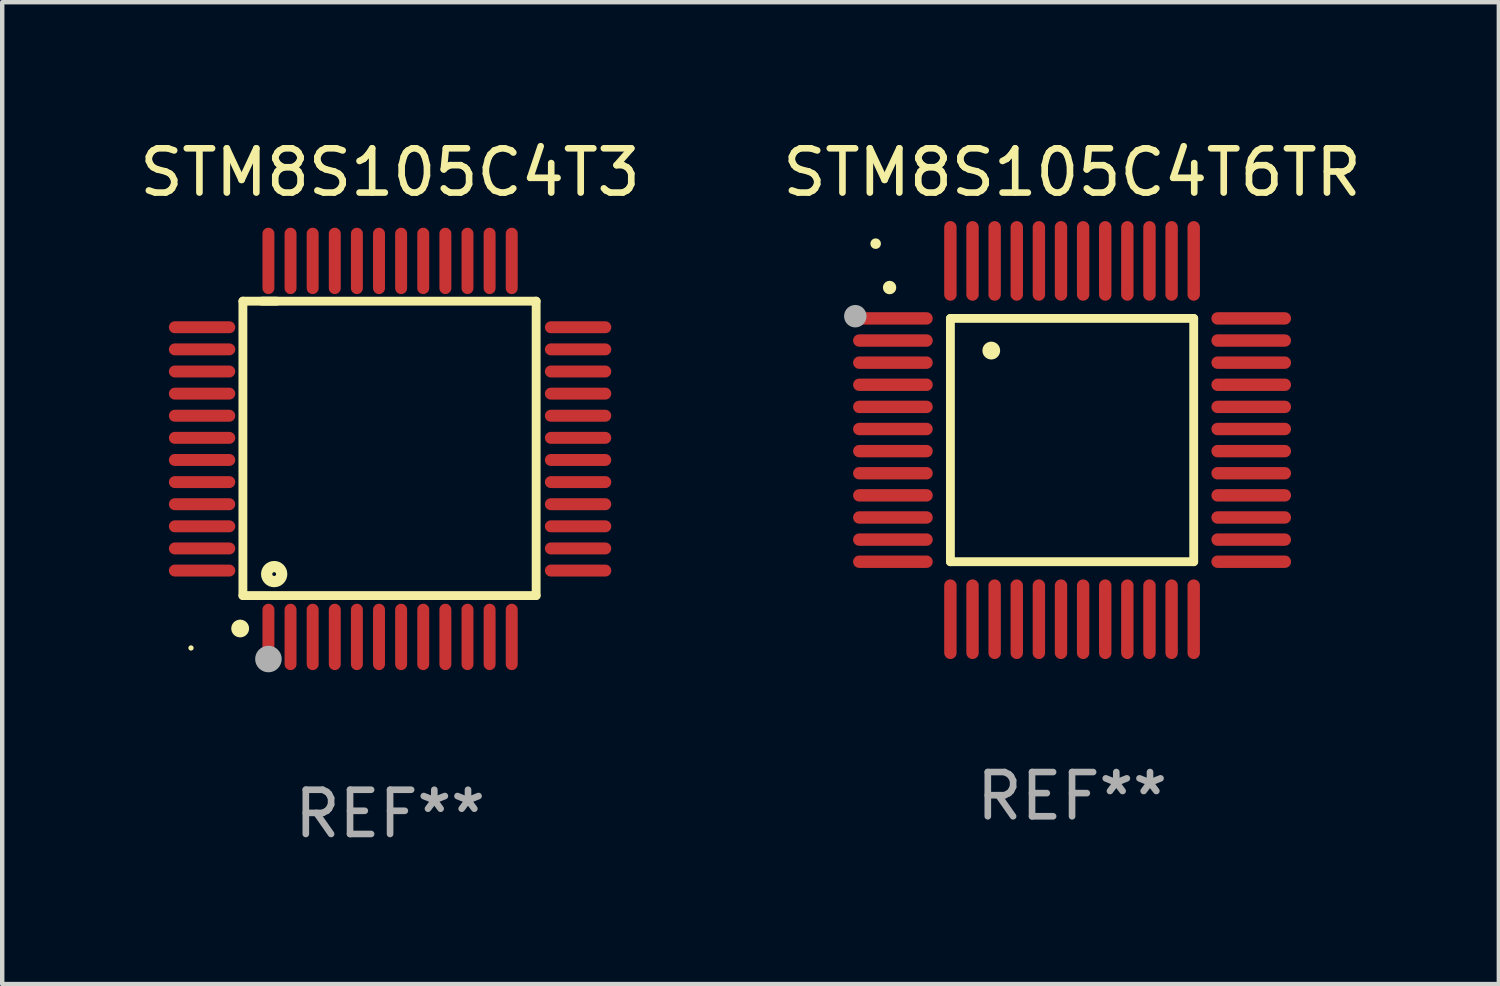
<source format=kicad_pcb>
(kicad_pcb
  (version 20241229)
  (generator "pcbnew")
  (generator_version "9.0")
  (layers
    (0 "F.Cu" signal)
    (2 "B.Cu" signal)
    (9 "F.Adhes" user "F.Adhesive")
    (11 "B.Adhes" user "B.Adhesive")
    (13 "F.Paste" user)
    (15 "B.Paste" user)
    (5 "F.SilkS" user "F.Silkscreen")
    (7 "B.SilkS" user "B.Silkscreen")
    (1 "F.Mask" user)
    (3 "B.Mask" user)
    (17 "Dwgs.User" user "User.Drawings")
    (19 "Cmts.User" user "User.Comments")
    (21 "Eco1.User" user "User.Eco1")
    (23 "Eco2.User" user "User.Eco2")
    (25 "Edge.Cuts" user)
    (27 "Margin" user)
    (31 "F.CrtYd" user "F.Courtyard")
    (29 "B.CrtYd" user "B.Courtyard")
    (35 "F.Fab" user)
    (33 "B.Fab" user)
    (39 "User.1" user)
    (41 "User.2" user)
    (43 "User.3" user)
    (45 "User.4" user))
  (footprint "STM8S105C4T6TR"
    (layer "F.Cu")
    (at 21.185 6.898)
    (property "Reference" "STM8S105C4T6TR" (at 0 -6.05 0) (layer "F.SilkS") (effects (font (size 1 1) (thickness 0.15))))
    (attr through_hole)
    (fp_line (start -2.75 -2.75) (end 2.75 -2.75) (stroke (width 0.2) (type solid)) (layer "F.SilkS"))
    (fp_line (start -2.75 2.75) (end -2.75 -2.75) (stroke (width 0.2) (type solid)) (layer "F.SilkS"))
    (fp_line (start 2.75 -2.75) (end 2.75 2.75) (stroke (width 0.2) (type solid)) (layer "F.SilkS"))
    (fp_line (start 2.75 2.75) (end -2.75 2.75) (stroke (width 0.2) (type solid)) (layer "F.SilkS"))
    (fp_arc (start -4.124968 -3.446787) (mid -4.124973 -3.448057) (end -4.124968 -3.449327) (stroke (width 0.3) (type solid)) (layer "F.SilkS"))
    (fp_arc (start -1.826264 -2.021844) (mid -1.826268 -2.023114) (end -1.826264 -2.024384) (stroke (width 0.4) (type solid)) (layer "F.SilkS"))
    (fp_circle (center -4.44 -4.44) (end -4.38 -4.44) (stroke (width 0.12) (type solid)) (fill no) (layer "F.SilkS"))
    (fp_circle (center -4.9 -2.8) (end -4.773 -2.8) (stroke (width 0.254) (type solid)) (fill no) (layer "F.Fab"))
    (fp_text user "REF**" (at 0 8.05 0) (layer "F.Fab") (effects (font (size 1 1) (thickness 0.15))))
    (pad "1" smd oval (at -4.05 -2.75 90) (size 0.28 1.8) (layers "F.Cu" "F.Mask" "F.Paste"))
    (pad "2" smd oval (at -4.05 -2.25 90) (size 0.28 1.8) (layers "F.Cu" "F.Mask" "F.Paste"))
    (pad "3" smd oval (at -4.05 -1.75 90) (size 0.28 1.8) (layers "F.Cu" "F.Mask" "F.Paste"))
    (pad "4" smd oval (at -4.05 -1.25 90) (size 0.28 1.8) (layers "F.Cu" "F.Mask" "F.Paste"))
    (pad "5" smd oval (at -4.05 -0.75 90) (size 0.28 1.8) (layers "F.Cu" "F.Mask" "F.Paste"))
    (pad "6" smd oval (at -4.05 -0.25 90) (size 0.28 1.8) (layers "F.Cu" "F.Mask" "F.Paste"))
    (pad "7" smd oval (at -4.05 0.25 90) (size 0.28 1.8) (layers "F.Cu" "F.Mask" "F.Paste"))
    (pad "8" smd oval (at -4.05 0.75 90) (size 0.28 1.8) (layers "F.Cu" "F.Mask" "F.Paste"))
    (pad "9" smd oval (at -4.05 1.25 90) (size 0.28 1.8) (layers "F.Cu" "F.Mask" "F.Paste"))
    (pad "10" smd oval (at -4.05 1.75 90) (size 0.28 1.8) (layers "F.Cu" "F.Mask" "F.Paste"))
    (pad "11" smd oval (at -4.05 2.25 90) (size 0.28 1.8) (layers "F.Cu" "F.Mask" "F.Paste"))
    (pad "12" smd oval (at -4.05 2.75 90) (size 0.28 1.8) (layers "F.Cu" "F.Mask" "F.Paste"))
    (pad "13" smd oval (at -2.75 4.05) (size 0.28 1.8) (layers "F.Cu" "F.Mask" "F.Paste"))
    (pad "14" smd oval (at -2.25 4.05) (size 0.28 1.8) (layers "F.Cu" "F.Mask" "F.Paste"))
    (pad "15" smd oval (at -1.75 4.05) (size 0.28 1.8) (layers "F.Cu" "F.Mask" "F.Paste"))
    (pad "16" smd oval (at -1.25 4.05) (size 0.28 1.8) (layers "F.Cu" "F.Mask" "F.Paste"))
    (pad "17" smd oval (at -0.75 4.05) (size 0.28 1.8) (layers "F.Cu" "F.Mask" "F.Paste"))
    (pad "18" smd oval (at -0.25 4.05) (size 0.28 1.8) (layers "F.Cu" "F.Mask" "F.Paste"))
    (pad "19" smd oval (at 0.25 4.05) (size 0.28 1.8) (layers "F.Cu" "F.Mask" "F.Paste"))
    (pad "20" smd oval (at 0.75 4.05) (size 0.28 1.8) (layers "F.Cu" "F.Mask" "F.Paste"))
    (pad "21" smd oval (at 1.25 4.05) (size 0.28 1.8) (layers "F.Cu" "F.Mask" "F.Paste"))
    (pad "22" smd oval (at 1.75 4.05) (size 0.28 1.8) (layers "F.Cu" "F.Mask" "F.Paste"))
    (pad "23" smd oval (at 2.25 4.05) (size 0.28 1.8) (layers "F.Cu" "F.Mask" "F.Paste"))
    (pad "24" smd oval (at 2.75 4.05) (size 0.28 1.8) (layers "F.Cu" "F.Mask" "F.Paste"))
    (pad "25" smd oval (at 4.05 2.75 90) (size 0.28 1.8) (layers "F.Cu" "F.Mask" "F.Paste"))
    (pad "26" smd oval (at 4.05 2.25 90) (size 0.28 1.8) (layers "F.Cu" "F.Mask" "F.Paste"))
    (pad "27" smd oval (at 4.05 1.75 90) (size 0.28 1.8) (layers "F.Cu" "F.Mask" "F.Paste"))
    (pad "28" smd oval (at 4.05 1.25 90) (size 0.28 1.8) (layers "F.Cu" "F.Mask" "F.Paste"))
    (pad "29" smd oval (at 4.05 0.75 90) (size 0.28 1.8) (layers "F.Cu" "F.Mask" "F.Paste"))
    (pad "30" smd oval (at 4.05 0.25 90) (size 0.28 1.8) (layers "F.Cu" "F.Mask" "F.Paste"))
    (pad "31" smd oval (at 4.05 -0.25 90) (size 0.28 1.8) (layers "F.Cu" "F.Mask" "F.Paste"))
    (pad "32" smd oval (at 4.05 -0.75 90) (size 0.28 1.8) (layers "F.Cu" "F.Mask" "F.Paste"))
    (pad "33" smd oval (at 4.05 -1.25 90) (size 0.28 1.8) (layers "F.Cu" "F.Mask" "F.Paste"))
    (pad "34" smd oval (at 4.05 -1.75 90) (size 0.28 1.8) (layers "F.Cu" "F.Mask" "F.Paste"))
    (pad "35" smd oval (at 4.05 -2.25 90) (size 0.28 1.8) (layers "F.Cu" "F.Mask" "F.Paste"))
    (pad "36" smd oval (at 4.05 -2.75 90) (size 0.28 1.8) (layers "F.Cu" "F.Mask" "F.Paste"))
    (pad "37" smd oval (at 2.75 -4.05) (size 0.28 1.8) (layers "F.Cu" "F.Mask" "F.Paste"))
    (pad "38" smd oval (at 2.25 -4.05) (size 0.28 1.8) (layers "F.Cu" "F.Mask" "F.Paste"))
    (pad "39" smd oval (at 1.75 -4.05) (size 0.28 1.8) (layers "F.Cu" "F.Mask" "F.Paste"))
    (pad "40" smd oval (at 1.25 -4.05) (size 0.28 1.8) (layers "F.Cu" "F.Mask" "F.Paste"))
    (pad "41" smd oval (at 0.75 -4.05) (size 0.28 1.8) (layers "F.Cu" "F.Mask" "F.Paste"))
    (pad "42" smd oval (at 0.25 -4.05) (size 0.28 1.8) (layers "F.Cu" "F.Mask" "F.Paste"))
    (pad "43" smd oval (at -0.25 -4.05) (size 0.28 1.8) (layers "F.Cu" "F.Mask" "F.Paste"))
    (pad "44" smd oval (at -0.75 -4.05) (size 0.28 1.8) (layers "F.Cu" "F.Mask" "F.Paste"))
    (pad "45" smd oval (at -1.25 -4.05) (size 0.28 1.8) (layers "F.Cu" "F.Mask" "F.Paste"))
    (pad "46" smd oval (at -1.75 -4.05) (size 0.28 1.8) (layers "F.Cu" "F.Mask" "F.Paste"))
    (pad "47" smd oval (at -2.25 -4.05) (size 0.28 1.8) (layers "F.Cu" "F.Mask" "F.Paste"))
    (pad "48" smd oval (at -2.75 -4.05) (size 0.28 1.8) (layers "F.Cu" "F.Mask" "F.Paste")))
  (footprint "STM8S105C4T3"
    (layer "F.Cu")
    (at 5.768 7.098)
    (property "Reference" "STM8S105C4T3" (at 0 -6.25 0) (layer "F.SilkS") (effects (font (size 1 1) (thickness 0.15))))
    (attr through_hole)
    (fp_line (start -3.327 -3.34) (end -2.565 -3.34) (stroke (width 0.2) (type solid)) (layer "F.SilkS"))
    (fp_line (start -3.327 3.315) (end -3.327 -3.34) (stroke (width 0.2) (type solid)) (layer "F.SilkS"))
    (fp_line (start -2.896 -3.34) (end 3.302 -3.34) (stroke (width 0.2) (type solid)) (layer "F.SilkS"))
    (fp_line (start 3.302 -3.34) (end 3.302 3.315) (stroke (width 0.2) (type solid)) (layer "F.SilkS"))
    (fp_line (start 3.302 3.315) (end -3.327 3.315) (stroke (width 0.2) (type solid)) (layer "F.SilkS"))
    (fp_arc (start -3.389992 4.059995) (mid -3.388722 4.059991) (end -3.387452 4.059995) (stroke (width 0.4) (type solid)) (layer "F.SilkS"))
    (fp_circle (center -4.5 4.5) (end -4.47 4.5) (stroke (width 0.06) (type solid)) (fill no) (layer "F.SilkS"))
    (fp_circle (center -2.62 2.83) (end -2.45 2.83) (stroke (width 0.254) (type solid)) (fill no) (layer "F.SilkS"))
    (fp_circle (center -2.75 4.75) (end -2.6 4.75) (stroke (width 0.3) (type solid)) (fill no) (layer "F.Fab"))
    (fp_text user "REF**" (at 0 8.25 0) (layer "F.Fab") (effects (font (size 1 1) (thickness 0.15))))
    (pad "1" smd oval (at -2.75 4.25) (size 0.27 1.5) (layers "F.Cu" "F.Mask" "F.Paste"))
    (pad "2" smd oval (at -2.25 4.25) (size 0.27 1.5) (layers "F.Cu" "F.Mask" "F.Paste"))
    (pad "3" smd oval (at -1.75 4.25) (size 0.27 1.5) (layers "F.Cu" "F.Mask" "F.Paste"))
    (pad "4" smd oval (at -1.25 4.25) (size 0.27 1.5) (layers "F.Cu" "F.Mask" "F.Paste"))
    (pad "5" smd oval (at -0.75 4.25) (size 0.27 1.5) (layers "F.Cu" "F.Mask" "F.Paste"))
    (pad "6" smd oval (at -0.25 4.25) (size 0.27 1.5) (layers "F.Cu" "F.Mask" "F.Paste"))
    (pad "7" smd oval (at 0.25 4.25) (size 0.27 1.5) (layers "F.Cu" "F.Mask" "F.Paste"))
    (pad "8" smd oval (at 0.75 4.25) (size 0.27 1.5) (layers "F.Cu" "F.Mask" "F.Paste"))
    (pad "9" smd oval (at 1.25 4.25) (size 0.27 1.5) (layers "F.Cu" "F.Mask" "F.Paste"))
    (pad "10" smd oval (at 1.75 4.25) (size 0.27 1.5) (layers "F.Cu" "F.Mask" "F.Paste"))
    (pad "11" smd oval (at 2.25 4.25) (size 0.27 1.5) (layers "F.Cu" "F.Mask" "F.Paste"))
    (pad "12" smd oval (at 2.75 4.25) (size 0.27 1.5) (layers "F.Cu" "F.Mask" "F.Paste"))
    (pad "13" smd oval (at 4.25 2.75) (size 1.5 0.27) (layers "F.Cu" "F.Mask" "F.Paste"))
    (pad "14" smd oval (at 4.25 2.25) (size 1.5 0.27) (layers "F.Cu" "F.Mask" "F.Paste"))
    (pad "15" smd oval (at 4.25 1.75) (size 1.5 0.27) (layers "F.Cu" "F.Mask" "F.Paste"))
    (pad "16" smd oval (at 4.25 1.25) (size 1.5 0.27) (layers "F.Cu" "F.Mask" "F.Paste"))
    (pad "17" smd oval (at 4.25 0.75) (size 1.5 0.27) (layers "F.Cu" "F.Mask" "F.Paste"))
    (pad "18" smd oval (at 4.25 0.25) (size 1.5 0.27) (layers "F.Cu" "F.Mask" "F.Paste"))
    (pad "19" smd oval (at 4.25 -0.25) (size 1.5 0.27) (layers "F.Cu" "F.Mask" "F.Paste"))
    (pad "20" smd oval (at 4.25 -0.75) (size 1.5 0.27) (layers "F.Cu" "F.Mask" "F.Paste"))
    (pad "21" smd oval (at 4.25 -1.25) (size 1.5 0.27) (layers "F.Cu" "F.Mask" "F.Paste"))
    (pad "22" smd oval (at 4.25 -1.75) (size 1.5 0.27) (layers "F.Cu" "F.Mask" "F.Paste"))
    (pad "23" smd oval (at 4.25 -2.25) (size 1.5 0.27) (layers "F.Cu" "F.Mask" "F.Paste"))
    (pad "24" smd oval (at 4.25 -2.75) (size 1.5 0.27) (layers "F.Cu" "F.Mask" "F.Paste"))
    (pad "25" smd oval (at 2.75 -4.25) (size 0.27 1.5) (layers "F.Cu" "F.Mask" "F.Paste"))
    (pad "26" smd oval (at 2.25 -4.25) (size 0.27 1.5) (layers "F.Cu" "F.Mask" "F.Paste"))
    (pad "27" smd oval (at 1.75 -4.25) (size 0.27 1.5) (layers "F.Cu" "F.Mask" "F.Paste"))
    (pad "28" smd oval (at 1.25 -4.25) (size 0.27 1.5) (layers "F.Cu" "F.Mask" "F.Paste"))
    (pad "29" smd oval (at 0.75 -4.25) (size 0.27 1.5) (layers "F.Cu" "F.Mask" "F.Paste"))
    (pad "30" smd oval (at 0.25 -4.25) (size 0.27 1.5) (layers "F.Cu" "F.Mask" "F.Paste"))
    (pad "31" smd oval (at -0.25 -4.25) (size 0.27 1.5) (layers "F.Cu" "F.Mask" "F.Paste"))
    (pad "32" smd oval (at -0.75 -4.25) (size 0.27 1.5) (layers "F.Cu" "F.Mask" "F.Paste"))
    (pad "33" smd oval (at -1.25 -4.25) (size 0.27 1.5) (layers "F.Cu" "F.Mask" "F.Paste"))
    (pad "34" smd oval (at -1.75 -4.25) (size 0.27 1.5) (layers "F.Cu" "F.Mask" "F.Paste"))
    (pad "35" smd oval (at -2.25 -4.25) (size 0.27 1.5) (layers "F.Cu" "F.Mask" "F.Paste"))
    (pad "36" smd oval (at -2.75 -4.25) (size 0.27 1.5) (layers "F.Cu" "F.Mask" "F.Paste"))
    (pad "37" smd oval (at -4.25 -2.75) (size 1.5 0.27) (layers "F.Cu" "F.Mask" "F.Paste"))
    (pad "38" smd oval (at -4.25 -2.25) (size 1.5 0.27) (layers "F.Cu" "F.Mask" "F.Paste"))
    (pad "39" smd oval (at -4.25 -1.75) (size 1.5 0.27) (layers "F.Cu" "F.Mask" "F.Paste"))
    (pad "40" smd oval (at -4.25 -1.25) (size 1.5 0.27) (layers "F.Cu" "F.Mask" "F.Paste"))
    (pad "41" smd oval (at -4.25 -0.75) (size 1.5 0.27) (layers "F.Cu" "F.Mask" "F.Paste"))
    (pad "42" smd oval (at -4.25 -0.25) (size 1.5 0.27) (layers "F.Cu" "F.Mask" "F.Paste"))
    (pad "43" smd oval (at -4.25 0.25) (size 1.5 0.27) (layers "F.Cu" "F.Mask" "F.Paste"))
    (pad "44" smd oval (at -4.25 0.75) (size 1.5 0.27) (layers "F.Cu" "F.Mask" "F.Paste"))
    (pad "45" smd oval (at -4.25 1.25) (size 1.5 0.27) (layers "F.Cu" "F.Mask" "F.Paste"))
    (pad "46" smd oval (at -4.25 1.75) (size 1.5 0.27) (layers "F.Cu" "F.Mask" "F.Paste"))
    (pad "47" smd oval (at -4.25 2.25) (size 1.5 0.27) (layers "F.Cu" "F.Mask" "F.Paste"))
    (pad "48" smd oval (at -4.25 2.75) (size 1.5 0.27) (layers "F.Cu" "F.Mask" "F.Paste")))
  (gr_rect
    (start -3 -3)
    (end 30.833 19.196)
    (stroke (width 0.1) (type default))
    (fill no)
    (layer "Edge.Cuts")))
</source>
